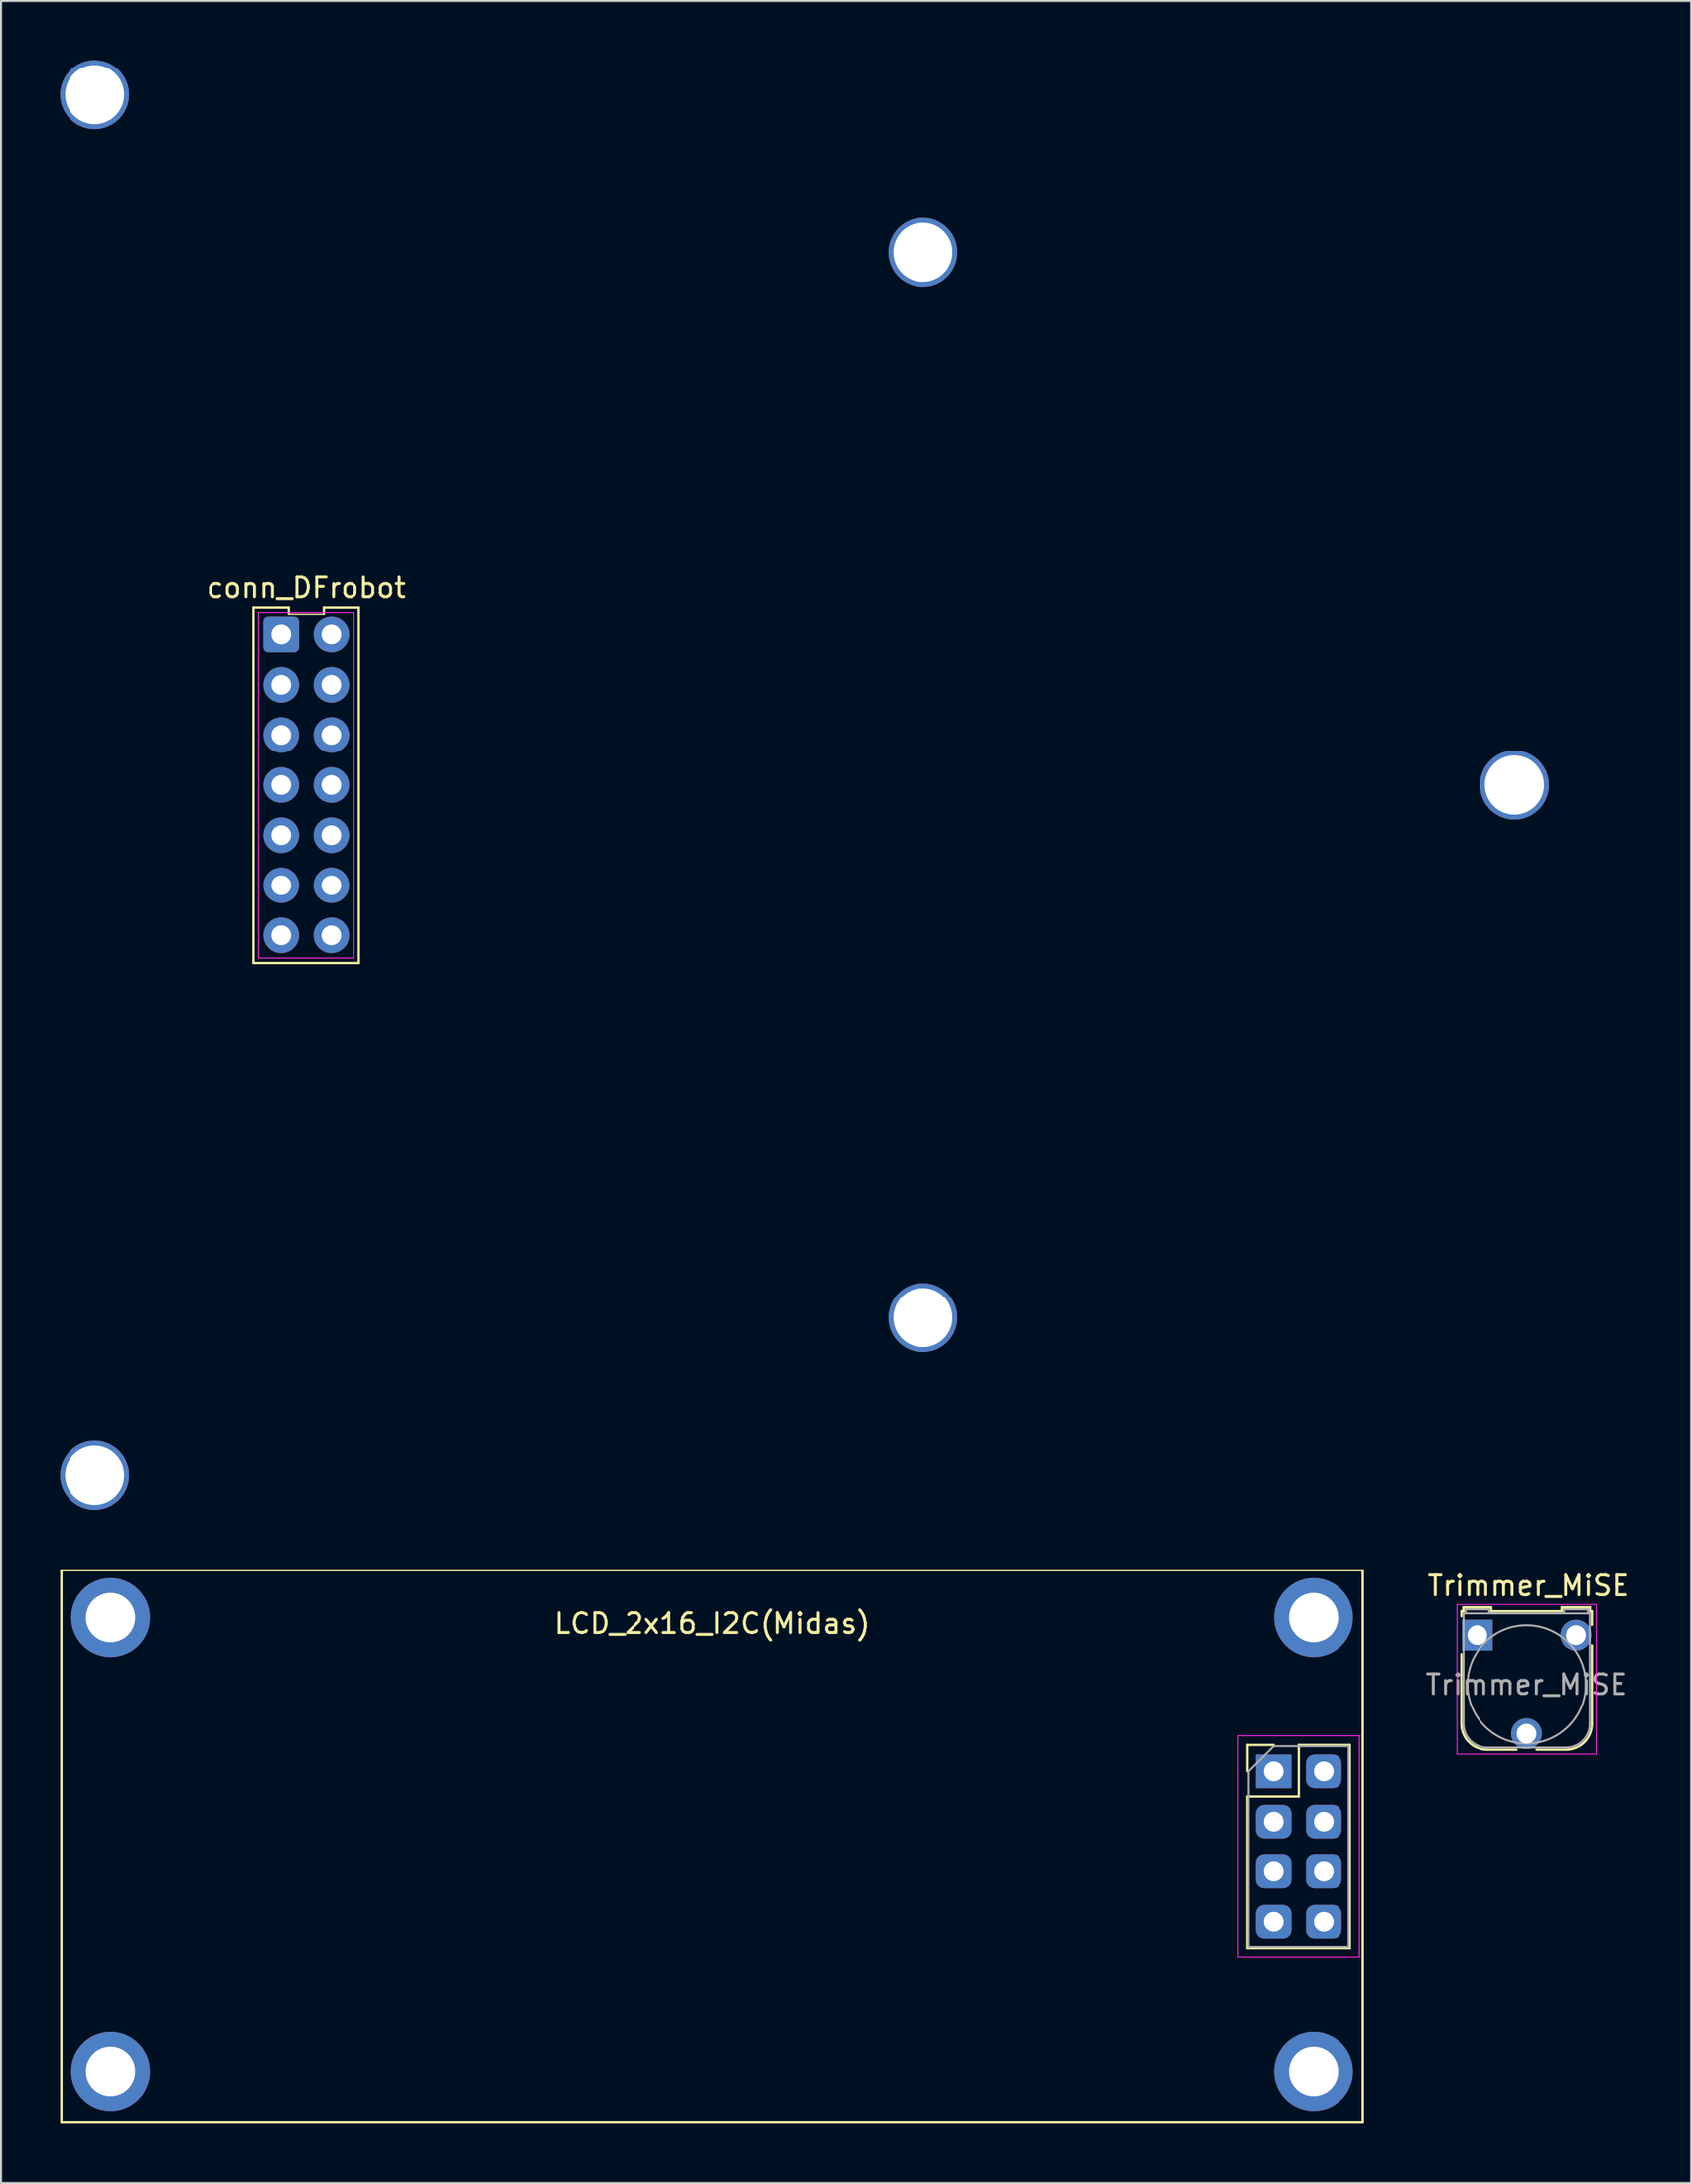
<source format=kicad_pcb>
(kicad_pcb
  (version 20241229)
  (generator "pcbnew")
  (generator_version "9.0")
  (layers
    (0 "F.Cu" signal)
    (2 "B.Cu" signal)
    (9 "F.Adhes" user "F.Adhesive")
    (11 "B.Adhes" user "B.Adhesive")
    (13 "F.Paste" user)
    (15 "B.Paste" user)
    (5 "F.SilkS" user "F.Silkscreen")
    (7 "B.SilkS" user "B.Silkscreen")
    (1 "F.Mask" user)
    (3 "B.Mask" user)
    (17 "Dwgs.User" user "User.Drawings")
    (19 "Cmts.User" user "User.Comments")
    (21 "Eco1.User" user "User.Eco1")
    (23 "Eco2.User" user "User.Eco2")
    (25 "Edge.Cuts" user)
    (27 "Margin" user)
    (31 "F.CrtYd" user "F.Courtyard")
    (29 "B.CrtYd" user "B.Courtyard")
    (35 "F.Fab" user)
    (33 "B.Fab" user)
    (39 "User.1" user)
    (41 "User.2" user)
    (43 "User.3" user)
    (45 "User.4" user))
  (footprint "LCD_2x16_I2C(Midas)"
    (layer "F.Cu")
    (at 33.06 90.56)
    (property "Reference" "LCD_2x16_I2C(Midas)" (at 0 -11.3 0) (layer "F.SilkS") (effects (font (size 1 1) (thickness 0.15))))
    (attr through_hole)
    (fp_line (start -33 -14) (end -33 14) (stroke (width 0.12) (type solid)) (layer "F.SilkS"))
    (fp_line (start -33 14) (end 33 14) (stroke (width 0.12) (type solid)) (layer "F.SilkS"))
    (fp_line (start 27.145 -5.14) (end 28.475 -5.14) (stroke (width 0.12) (type solid)) (layer "F.SilkS"))
    (fp_line (start 27.145 -3.81) (end 27.145 -5.14) (stroke (width 0.12) (type solid)) (layer "F.SilkS"))
    (fp_line (start 27.145 -2.54) (end 27.145 5.14) (stroke (width 0.12) (type solid)) (layer "F.SilkS"))
    (fp_line (start 27.145 -2.54) (end 29.745 -2.54) (stroke (width 0.12) (type solid)) (layer "F.SilkS"))
    (fp_line (start 27.145 5.14) (end 32.345 5.14) (stroke (width 0.12) (type solid)) (layer "F.SilkS"))
    (fp_line (start 29.745 -5.14) (end 32.345 -5.14) (stroke (width 0.12) (type solid)) (layer "F.SilkS"))
    (fp_line (start 29.745 -2.54) (end 29.745 -5.14) (stroke (width 0.12) (type solid)) (layer "F.SilkS"))
    (fp_line (start 32.345 -5.14) (end 32.345 5.14) (stroke (width 0.12) (type solid)) (layer "F.SilkS"))
    (fp_line (start 33 -14) (end -33 -14) (stroke (width 0.12) (type solid)) (layer "F.SilkS"))
    (fp_line (start 33 14) (end 33 -14) (stroke (width 0.12) (type solid)) (layer "F.SilkS"))
    (fp_line (start 26.675 -5.61) (end 26.675 5.59) (stroke (width 0.05) (type solid)) (layer "F.CrtYd"))
    (fp_line (start 26.675 5.59) (end 32.825 5.59) (stroke (width 0.05) (type solid)) (layer "F.CrtYd"))
    (fp_line (start 32.825 -5.61) (end 26.675 -5.61) (stroke (width 0.05) (type solid)) (layer "F.CrtYd"))
    (fp_line (start 32.825 5.59) (end 32.825 -5.61) (stroke (width 0.05) (type solid)) (layer "F.CrtYd"))
    (fp_line (start 27.205 -3.81) (end 28.475 -5.08) (stroke (width 0.1) (type solid)) (layer "F.Fab"))
    (fp_line (start 27.205 5.08) (end 27.205 -3.81) (stroke (width 0.1) (type solid)) (layer "F.Fab"))
    (fp_line (start 28.475 -5.08) (end 32.285 -5.08) (stroke (width 0.1) (type solid)) (layer "F.Fab"))
    (fp_line (start 32.285 -5.08) (end 32.285 5.08) (stroke (width 0.1) (type solid)) (layer "F.Fab"))
    (fp_line (start 32.285 5.08) (end 27.205 5.08) (stroke (width 0.1) (type solid)) (layer "F.Fab"))
    (pad "1" thru_hole rect (at 28.475 -3.81) (size 1.8 1.7) (drill 1) (layers "*.Cu" "*.Mask"))
    (pad "2" thru_hole roundrect (at 31.015 -3.81) (size 1.8 1.7) (drill 1) (layers "*.Cu" "*.Mask") (roundrect_rratio 0.25))
    (pad "3" thru_hole roundrect (at 28.475 -1.27) (size 1.8 1.7) (drill 1) (layers "*.Cu" "*.Mask") (roundrect_rratio 0.25))
    (pad "4" thru_hole roundrect (at 31.015 -1.27) (size 1.8 1.7) (drill 1) (layers "*.Cu" "*.Mask") (roundrect_rratio 0.25))
    (pad "5" thru_hole roundrect (at 28.475 1.27) (size 1.8 1.7) (drill 1) (layers "*.Cu" "*.Mask") (roundrect_rratio 0.25))
    (pad "6" thru_hole roundrect (at 31.015 1.27) (size 1.8 1.7) (drill 1) (layers "*.Cu" "*.Mask") (roundrect_rratio 0.25))
    (pad "7" thru_hole roundrect (at 28.475 3.81) (size 1.8 1.7) (drill 1) (layers "*.Cu" "*.Mask") (roundrect_rratio 0.25))
    (pad "8" thru_hole roundrect (at 31.015 3.81) (size 1.8 1.7) (drill 1) (layers "*.Cu" "*.Mask") (roundrect_rratio 0.25))
    (pad "9" thru_hole circle (at 30.5 11.4) (size 4 4) (drill 2.5) (layers "*.Cu" "*.Mask"))
    (pad "10" thru_hole circle (at -30.5 11.4) (size 4 4) (drill 2.5) (layers "*.Cu" "*.Mask"))
    (pad "11" thru_hole circle (at -30.5 -11.6) (size 4 4) (drill 2.5) (layers "*.Cu" "*.Mask"))
    (pad "12" thru_hole circle (at 30.5 -11.6) (size 4 4) (drill 2.5) (layers "*.Cu" "*.Mask")))
  (footprint "Trimmer_MiSE"
    (layer "F.Cu")
    (at 71.864 79.848)
    (property "Reference" "Trimmer_MiSE" (at 2.6 -2.5 0) (layer "F.SilkS") (effects (font (size 1 1) (thickness 0.15))))
    (attr through_hole)
    (fp_line (start -0.81 -1.21) (end -0.81 -0.96) (stroke (width 0.12) (type solid)) (layer "F.SilkS"))
    (fp_line (start -0.81 4.5) (end -0.81 0.96) (stroke (width 0.12) (type solid)) (layer "F.SilkS"))
    (fp_line (start -0.71 -1.41) (end -0.71 -1.21) (stroke (width 0.12) (type solid)) (layer "F.SilkS"))
    (fp_line (start -0.71 -1.41) (end 0.71 -1.41) (stroke (width 0.12) (type solid)) (layer "F.SilkS"))
    (fp_line (start -0.71 -1.21) (end -0.81 -1.21) (stroke (width 0.12) (type solid)) (layer "F.SilkS"))
    (fp_line (start 0.71 -1.21) (end 0.71 -1.41) (stroke (width 0.12) (type solid)) (layer "F.SilkS"))
    (fp_line (start 0.71 -1.21) (end 4.29 -1.21) (stroke (width 0.12) (type solid)) (layer "F.SilkS"))
    (fp_line (start 1.99 5.81) (end 0.5 5.81) (stroke (width 0.12) (type solid)) (layer "F.SilkS"))
    (fp_line (start 4.29 -1.41) (end 5.71 -1.41) (stroke (width 0.12) (type solid)) (layer "F.SilkS"))
    (fp_line (start 4.29 -1.21) (end 4.29 -1.41) (stroke (width 0.12) (type solid)) (layer "F.SilkS"))
    (fp_line (start 4.5 5.81) (end 3.01 5.81) (stroke (width 0.12) (type solid)) (layer "F.SilkS"))
    (fp_line (start 5.71 -1.41) (end 5.71 -1.21) (stroke (width 0.12) (type solid)) (layer "F.SilkS"))
    (fp_line (start 5.71 -1.21) (end 5.81 -1.21) (stroke (width 0.12) (type solid)) (layer "F.SilkS"))
    (fp_line (start 5.81 -1.21) (end 5.81 -0.52) (stroke (width 0.12) (type solid)) (layer "F.SilkS"))
    (fp_line (start 5.81 0.52) (end 5.81 4.5) (stroke (width 0.12) (type solid)) (layer "F.SilkS"))
    (fp_arc (start 0.5 5.81) (mid -0.42631 5.42631) (end -0.81 4.5) (stroke (width 0.12) (type solid)) (layer "F.SilkS"))
    (fp_arc (start 5.81 4.5) (mid 5.42631 5.42631) (end 4.5 5.81) (stroke (width 0.12) (type solid)) (layer "F.SilkS"))
    (fp_line (start -1.03 -1.55) (end -1.03 6.03) (stroke (width 0.05) (type solid)) (layer "F.CrtYd"))
    (fp_line (start -1.03 -1.55) (end 6.03 -1.55) (stroke (width 0.05) (type solid)) (layer "F.CrtYd"))
    (fp_line (start 6.03 6.03) (end -1.03 6.03) (stroke (width 0.05) (type solid)) (layer "F.CrtYd"))
    (fp_line (start 6.03 6.03) (end 6.03 -1.55) (stroke (width 0.05) (type solid)) (layer "F.CrtYd"))
    (fp_line (start -0.7 4.5) (end -0.7 -1.1) (stroke (width 0.1) (type solid)) (layer "F.Fab"))
    (fp_line (start -0.6 -1.3) (end 0.6 -1.3) (stroke (width 0.1) (type solid)) (layer "F.Fab"))
    (fp_line (start -0.6 -1.1) (end -0.6 -1.3) (stroke (width 0.1) (type solid)) (layer "F.Fab"))
    (fp_line (start 0.5 5.7) (end 4.5 5.7) (stroke (width 0.1) (type solid)) (layer "F.Fab"))
    (fp_line (start 0.6 -1.3) (end 0.6 -1.1) (stroke (width 0.1) (type solid)) (layer "F.Fab"))
    (fp_line (start 4.4 -1.3) (end 4.4 -1.1) (stroke (width 0.1) (type solid)) (layer "F.Fab"))
    (fp_line (start 5.6 -1.3) (end 4.41 -1.3) (stroke (width 0.1) (type solid)) (layer "F.Fab"))
    (fp_line (start 5.6 -1.1) (end 5.6 -1.3) (stroke (width 0.1) (type solid)) (layer "F.Fab"))
    (fp_line (start 5.7 -1.1) (end -0.7 -1.1) (stroke (width 0.1) (type solid)) (layer "F.Fab"))
    (fp_line (start 5.7 4.5) (end 5.7 -1.1) (stroke (width 0.1) (type solid)) (layer "F.Fab"))
    (fp_arc (start 0.5 5.7) (mid -0.348528 5.348528) (end -0.7 4.5) (stroke (width 0.1) (type solid)) (layer "F.Fab"))
    (fp_arc (start 5.7 4.5) (mid 5.348528 5.348528) (end 4.5 5.7) (stroke (width 0.1) (type solid)) (layer "F.Fab"))
    (fp_circle (center 2.5 2.5) (end 5.5 2.5) (stroke (width 0.1) (type solid)) (fill no) (layer "F.Fab"))
    (fp_text user "${REFERENCE}" (at 2.5 2.5 0) (layer "F.Fab") (effects (font (size 1 1) (thickness 0.15))))
    (pad "1" thru_hole rect (at 0 0) (size 1.56 1.56) (drill 1) (layers "*.Cu" "*.Mask"))
    (pad "2" thru_hole circle (at 2.5 5) (size 1.56 1.56) (drill 1) (layers "*.Cu" "*.Mask"))
    (pad "3" thru_hole circle (at 5 0) (size 1.56 1.56) (drill 1) (layers "*.Cu" "*.Mask")))
  (footprint "conn_DFrobot"
    (layer "F.Cu")
    (at 13.75 36.75)
    (property "Reference" "conn_DFrobot" (at -1.27 -10.02 0) (layer "F.SilkS") (effects (font (size 1 1) (thickness 0.15))))
    (fp_line (start -3.94 9.02) (end 1.4 9.02) (stroke (width 0.12) (type default)) (layer "F.SilkS"))
    (fp_line (start -3.94 -9.02) (end -3.94 9.02) (stroke (width 0.12) (type default)) (layer "F.SilkS"))
    (fp_line (start -2.16 -9.02) (end -3.94 -9.02) (stroke (width 0.12) (type default)) (layer "F.SilkS"))
    (fp_line (start -2.16 -8.66) (end -2.16 -9.02) (stroke (width 0.12) (type default)) (layer "F.SilkS"))
    (fp_line (start -0.38 -9.02) (end -0.38 -8.66) (stroke (width 0.12) (type default)) (layer "F.SilkS"))
    (fp_line (start -0.38 -8.66) (end -2.16 -8.66) (stroke (width 0.12) (type default)) (layer "F.SilkS"))
    (fp_line (start 1.4 9.02) (end 1.4 -9.02) (stroke (width 0.12) (type default)) (layer "F.SilkS"))
    (fp_line (start 1.4 -9.02) (end -0.38 -9.02) (stroke (width 0.12) (type default)) (layer "F.SilkS"))
    (fp_line (start -3.69 -8.77) (end 1.15 -8.77) (stroke (width 0.05) (type default)) (layer "F.CrtYd"))
    (fp_line (start -3.69 8.77) (end -3.69 -8.77) (stroke (width 0.05) (type default)) (layer "F.CrtYd"))
    (fp_line (start 1.15 -8.77) (end 1.15 8.77) (stroke (width 0.05) (type default)) (layer "F.CrtYd"))
    (fp_line (start 1.15 8.77) (end -3.69 8.77) (stroke (width 0.05) (type default)) (layer "F.CrtYd"))
    (pad "1" thru_hole roundrect (at -2.54 -7.62 270) (size 1.8 1.8) (drill 1) (layers "*.Cu" "*.Mask") (roundrect_rratio 0.139))
    (pad "2" thru_hole circle (at 0 -7.62 270) (size 1.8 1.8) (drill 1) (layers "*.Cu" "*.Mask"))
    (pad "3" thru_hole circle (at -2.54 -5.08 270) (size 1.8 1.8) (drill 1) (layers "*.Cu" "*.Mask"))
    (pad "4" thru_hole circle (at 0 -5.08 270) (size 1.8 1.8) (drill 1) (layers "*.Cu" "*.Mask"))
    (pad "5" thru_hole circle (at -2.54 -2.54 270) (size 1.8 1.8) (drill 1) (layers "*.Cu" "*.Mask"))
    (pad "6" thru_hole circle (at 0 -2.54 270) (size 1.8 1.8) (drill 1) (layers "*.Cu" "*.Mask"))
    (pad "7" thru_hole circle (at -2.54 0 270) (size 1.8 1.8) (drill 1) (layers "*.Cu" "*.Mask"))
    (pad "8" thru_hole circle (at 0 0 270) (size 1.8 1.8) (drill 1) (layers "*.Cu" "*.Mask"))
    (pad "9" thru_hole circle (at -2.54 2.54 270) (size 1.8 1.8) (drill 1) (layers "*.Cu" "*.Mask"))
    (pad "10" thru_hole circle (at 0 2.54 270) (size 1.8 1.8) (drill 1) (layers "*.Cu" "*.Mask"))
    (pad "11" thru_hole circle (at -2.54 5.08 270) (size 1.8 1.8) (drill 1) (layers "*.Cu" "*.Mask"))
    (pad "12" thru_hole circle (at 0 5.08 270) (size 1.8 1.8) (drill 1) (layers "*.Cu" "*.Mask"))
    (pad "13" thru_hole circle (at -2.54 7.62 270) (size 1.8 1.8) (drill 1) (layers "*.Cu" "*.Mask"))
    (pad "14" thru_hole circle (at 0 7.62 270) (size 1.8 1.8) (drill 1) (layers "*.Cu" "*.Mask"))
    (pad "15" thru_hole circle (at 60 0 270) (size 3.5 3.5) (drill 3) (layers "*.Cu" "*.Mask"))
    (pad "16" thru_hole circle (at 30 27 270) (size 3.5 3.5) (drill 3) (layers "*.Cu" "*.Mask"))
    (pad "17" thru_hole circle (at 30 -27 270) (size 3.5 3.5) (drill 3) (layers "*.Cu" "*.Mask"))
    (pad "18" thru_hole circle (at -12 35 270) (size 3.5 3.5) (drill 3) (layers "*.Cu" "*.Mask"))
    (pad "19" thru_hole circle (at -12 -35 270) (size 3.5 3.5) (drill 3) (layers "*.Cu" "*.Mask")))
  (gr_rect
    (start -3 -3)
    (end 82.708 107.62)
    (stroke (width 0.1) (type default))
    (fill no)
    (layer "Edge.Cuts")))
</source>
